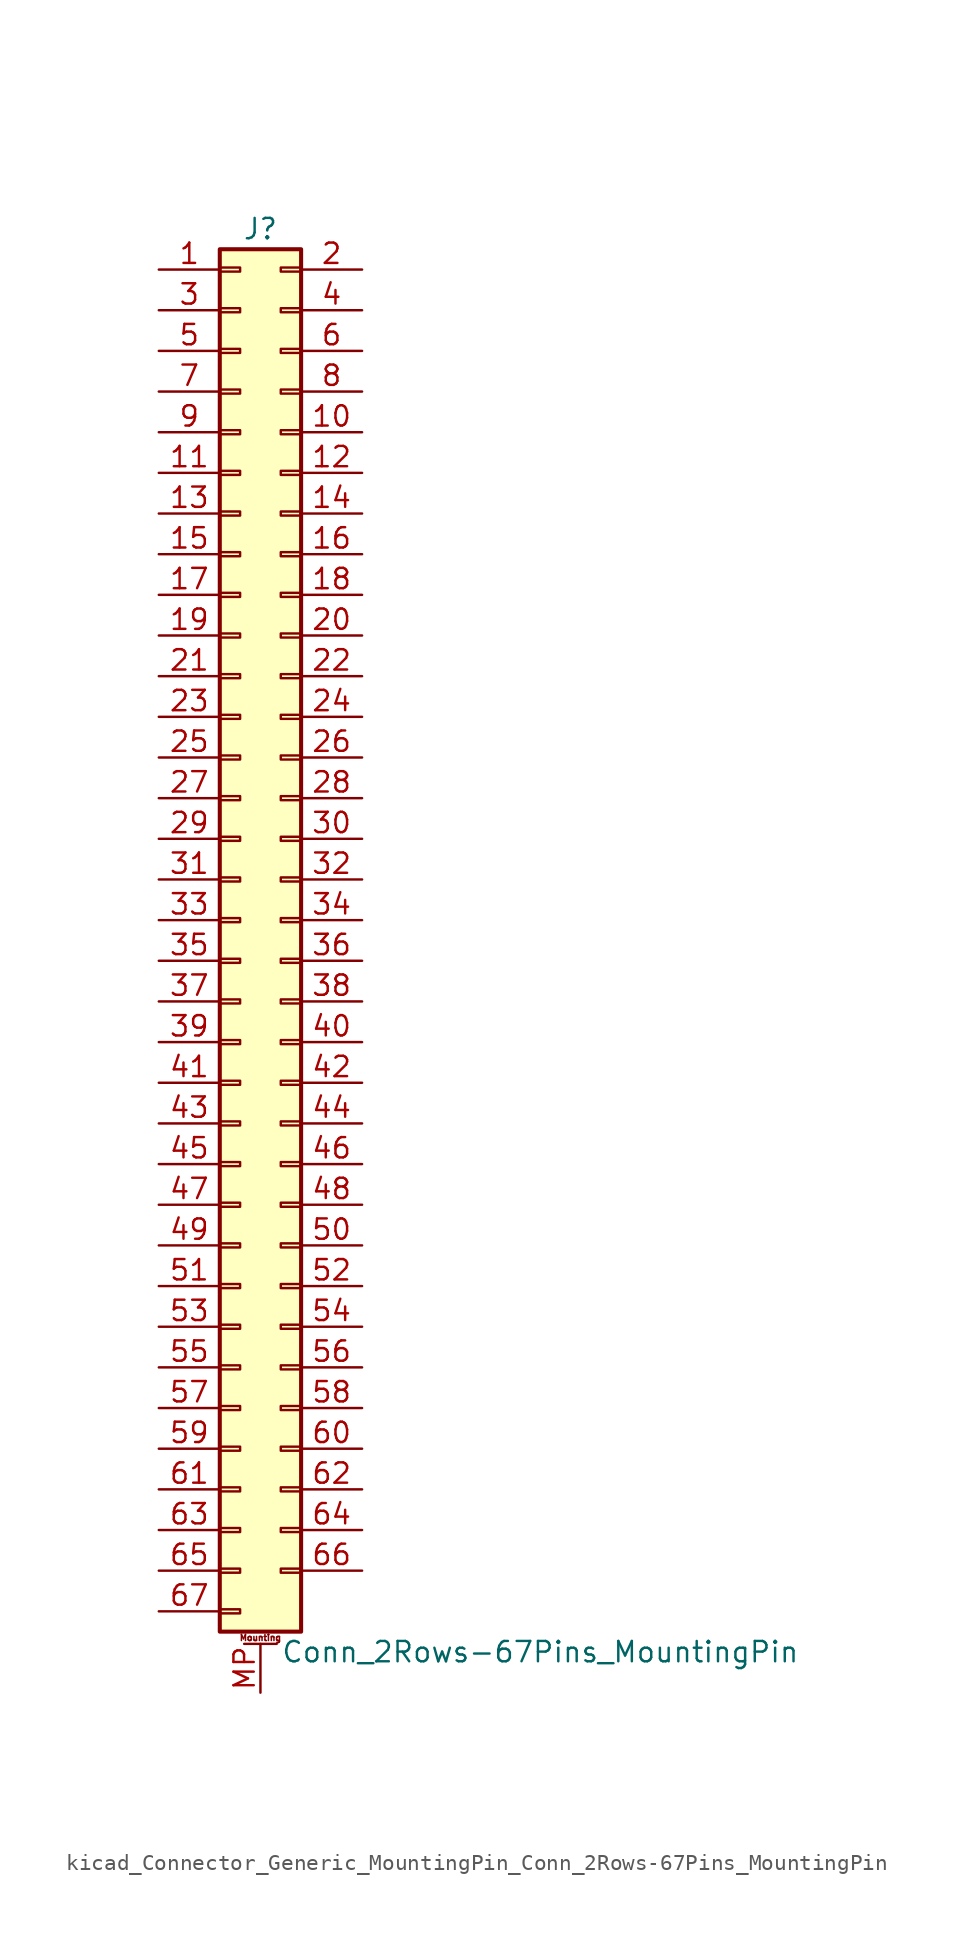
<source format=kicad_sym>
(kicad_symbol_lib
  (version 20220914)
  (generator kicad_symbol_editor)
  (symbol "kicad_Connector_Generic_MountingPin_Conn_2Rows-67Pins_MountingPin"
    (pin_names
      (offset 1.016) hide)
    (property "Reference" "J"
      (at 1.27 43.18 0)
      (effects (font (size 1.27 1.27))))
    (property "Value" "Conn_2Rows-67Pins_MountingPin"
      (at 2.54 -45.72 0)
      (effects (font (size 1.27 1.27)) (justify left)))
    (symbol "kicad_Connector_Generic_MountingPin_Conn_2Rows-67Pins_MountingPin_1_1"
      (rectangle (start -1.27 -43.053) (end 0 -43.307) (stroke (width 0.152) (type default)) (fill (type none)))
      (rectangle (start -1.27 -40.513) (end 0 -40.767) (stroke (width 0.152) (type default)) (fill (type none)))
      (rectangle (start -1.27 -37.973) (end 0 -38.227) (stroke (width 0.152) (type default)) (fill (type none)))
      (rectangle (start -1.27 -35.433) (end 0 -35.687) (stroke (width 0.152) (type default)) (fill (type none)))
      (rectangle (start -1.27 -32.893) (end 0 -33.147) (stroke (width 0.152) (type default)) (fill (type none)))
      (rectangle (start -1.27 -30.353) (end 0 -30.607) (stroke (width 0.152) (type default)) (fill (type none)))
      (rectangle (start -1.27 -27.813) (end 0 -28.067) (stroke (width 0.152) (type default)) (fill (type none)))
      (rectangle (start -1.27 -25.273) (end 0 -25.527) (stroke (width 0.152) (type default)) (fill (type none)))
      (rectangle (start -1.27 -22.733) (end 0 -22.987) (stroke (width 0.152) (type default)) (fill (type none)))
      (rectangle (start -1.27 -20.193) (end 0 -20.447) (stroke (width 0.152) (type default)) (fill (type none)))
      (rectangle (start -1.27 -17.653) (end 0 -17.907) (stroke (width 0.152) (type default)) (fill (type none)))
      (rectangle (start -1.27 -15.113) (end 0 -15.367) (stroke (width 0.152) (type default)) (fill (type none)))
      (rectangle (start -1.27 -12.573) (end 0 -12.827) (stroke (width 0.152) (type default)) (fill (type none)))
      (rectangle (start -1.27 -10.033) (end 0 -10.287) (stroke (width 0.152) (type default)) (fill (type none)))
      (rectangle (start -1.27 -7.493) (end 0 -7.747) (stroke (width 0.152) (type default)) (fill (type none)))
      (rectangle (start -1.27 -4.953) (end 0 -5.207) (stroke (width 0.152) (type default)) (fill (type none)))
      (rectangle (start -1.27 -2.413) (end 0 -2.667) (stroke (width 0.152) (type default)) (fill (type none)))
      (rectangle (start -1.27 0.127) (end 0 -0.127) (stroke (width 0.152) (type default)) (fill (type none)))
      (rectangle (start -1.27 2.667) (end 0 2.413) (stroke (width 0.152) (type default)) (fill (type none)))
      (rectangle (start -1.27 5.207) (end 0 4.953) (stroke (width 0.152) (type default)) (fill (type none)))
      (rectangle (start -1.27 7.747) (end 0 7.493) (stroke (width 0.152) (type default)) (fill (type none)))
      (rectangle (start -1.27 10.287) (end 0 10.033) (stroke (width 0.152) (type default)) (fill (type none)))
      (rectangle (start -1.27 12.827) (end 0 12.573) (stroke (width 0.152) (type default)) (fill (type none)))
      (rectangle (start -1.27 15.367) (end 0 15.113) (stroke (width 0.152) (type default)) (fill (type none)))
      (rectangle (start -1.27 17.907) (end 0 17.653) (stroke (width 0.152) (type default)) (fill (type none)))
      (rectangle (start -1.27 20.447) (end 0 20.193) (stroke (width 0.152) (type default)) (fill (type none)))
      (rectangle (start -1.27 22.987) (end 0 22.733) (stroke (width 0.152) (type default)) (fill (type none)))
      (rectangle (start -1.27 25.527) (end 0 25.273) (stroke (width 0.152) (type default)) (fill (type none)))
      (rectangle (start -1.27 28.067) (end 0 27.813) (stroke (width 0.152) (type default)) (fill (type none)))
      (rectangle (start -1.27 30.607) (end 0 30.353) (stroke (width 0.152) (type default)) (fill (type none)))
      (rectangle (start -1.27 33.147) (end 0 32.893) (stroke (width 0.152) (type default)) (fill (type none)))
      (rectangle (start -1.27 35.687) (end 0 35.433) (stroke (width 0.152) (type default)) (fill (type none)))
      (rectangle (start -1.27 38.227) (end 0 37.973) (stroke (width 0.152) (type default)) (fill (type none)))
      (rectangle (start -1.27 40.767) (end 0 40.513) (stroke (width 0.152) (type default)) (fill (type none)))
      (rectangle (start -1.27 41.91) (end 3.81 -44.45) (stroke (width 0.254) (type default)) (fill (type background)))
      (polyline (pts (xy 0.254 -45.212) (xy 2.286 -45.212)) (stroke (width 0.152) (type default)) (fill (type none)))
      (rectangle (start 3.81 -40.513) (end 2.54 -40.767) (stroke (width 0.152) (type default)) (fill (type none)))
      (rectangle (start 3.81 -37.973) (end 2.54 -38.227) (stroke (width 0.152) (type default)) (fill (type none)))
      (rectangle (start 3.81 -35.433) (end 2.54 -35.687) (stroke (width 0.152) (type default)) (fill (type none)))
      (rectangle (start 3.81 -32.893) (end 2.54 -33.147) (stroke (width 0.152) (type default)) (fill (type none)))
      (rectangle (start 3.81 -30.353) (end 2.54 -30.607) (stroke (width 0.152) (type default)) (fill (type none)))
      (rectangle (start 3.81 -27.813) (end 2.54 -28.067) (stroke (width 0.152) (type default)) (fill (type none)))
      (rectangle (start 3.81 -25.273) (end 2.54 -25.527) (stroke (width 0.152) (type default)) (fill (type none)))
      (rectangle (start 3.81 -22.733) (end 2.54 -22.987) (stroke (width 0.152) (type default)) (fill (type none)))
      (rectangle (start 3.81 -20.193) (end 2.54 -20.447) (stroke (width 0.152) (type default)) (fill (type none)))
      (rectangle (start 3.81 -17.653) (end 2.54 -17.907) (stroke (width 0.152) (type default)) (fill (type none)))
      (rectangle (start 3.81 -15.113) (end 2.54 -15.367) (stroke (width 0.152) (type default)) (fill (type none)))
      (rectangle (start 3.81 -12.573) (end 2.54 -12.827) (stroke (width 0.152) (type default)) (fill (type none)))
      (rectangle (start 3.81 -10.033) (end 2.54 -10.287) (stroke (width 0.152) (type default)) (fill (type none)))
      (rectangle (start 3.81 -7.493) (end 2.54 -7.747) (stroke (width 0.152) (type default)) (fill (type none)))
      (rectangle (start 3.81 -4.953) (end 2.54 -5.207) (stroke (width 0.152) (type default)) (fill (type none)))
      (rectangle (start 3.81 -2.413) (end 2.54 -2.667) (stroke (width 0.152) (type default)) (fill (type none)))
      (rectangle (start 3.81 0.127) (end 2.54 -0.127) (stroke (width 0.152) (type default)) (fill (type none)))
      (rectangle (start 3.81 2.667) (end 2.54 2.413) (stroke (width 0.152) (type default)) (fill (type none)))
      (rectangle (start 3.81 5.207) (end 2.54 4.953) (stroke (width 0.152) (type default)) (fill (type none)))
      (rectangle (start 3.81 7.747) (end 2.54 7.493) (stroke (width 0.152) (type default)) (fill (type none)))
      (rectangle (start 3.81 10.287) (end 2.54 10.033) (stroke (width 0.152) (type default)) (fill (type none)))
      (rectangle (start 3.81 12.827) (end 2.54 12.573) (stroke (width 0.152) (type default)) (fill (type none)))
      (rectangle (start 3.81 15.367) (end 2.54 15.113) (stroke (width 0.152) (type default)) (fill (type none)))
      (rectangle (start 3.81 17.907) (end 2.54 17.653) (stroke (width 0.152) (type default)) (fill (type none)))
      (rectangle (start 3.81 20.447) (end 2.54 20.193) (stroke (width 0.152) (type default)) (fill (type none)))
      (rectangle (start 3.81 22.987) (end 2.54 22.733) (stroke (width 0.152) (type default)) (fill (type none)))
      (rectangle (start 3.81 25.527) (end 2.54 25.273) (stroke (width 0.152) (type default)) (fill (type none)))
      (rectangle (start 3.81 28.067) (end 2.54 27.813) (stroke (width 0.152) (type default)) (fill (type none)))
      (rectangle (start 3.81 30.607) (end 2.54 30.353) (stroke (width 0.152) (type default)) (fill (type none)))
      (rectangle (start 3.81 33.147) (end 2.54 32.893) (stroke (width 0.152) (type default)) (fill (type none)))
      (rectangle (start 3.81 35.687) (end 2.54 35.433) (stroke (width 0.152) (type default)) (fill (type none)))
      (rectangle (start 3.81 38.227) (end 2.54 37.973) (stroke (width 0.152) (type default)) (fill (type none)))
      (rectangle (start 3.81 40.767) (end 2.54 40.513) (stroke (width 0.152) (type default)) (fill (type none)))
      (text "Mounting" (at 1.27 -44.831 0) (effects (font (size 0.381 0.381))))
      (pin passive line (at -5.08 40.64 0) (length 3.81) (name "Pin_1" (effects (font (size 1.27 1.27)))) (number "1" (effects (font (size 1.27 1.27)))))
      (pin passive line (at 7.62 30.48 180) (length 3.81) (name "Pin_10" (effects (font (size 1.27 1.27)))) (number "10" (effects (font (size 1.27 1.27)))))
      (pin passive line (at -5.08 27.94 0) (length 3.81) (name "Pin_11" (effects (font (size 1.27 1.27)))) (number "11" (effects (font (size 1.27 1.27)))))
      (pin passive line (at 7.62 27.94 180) (length 3.81) (name "Pin_12" (effects (font (size 1.27 1.27)))) (number "12" (effects (font (size 1.27 1.27)))))
      (pin passive line (at -5.08 25.4 0) (length 3.81) (name "Pin_13" (effects (font (size 1.27 1.27)))) (number "13" (effects (font (size 1.27 1.27)))))
      (pin passive line (at 7.62 25.4 180) (length 3.81) (name "Pin_14" (effects (font (size 1.27 1.27)))) (number "14" (effects (font (size 1.27 1.27)))))
      (pin passive line (at -5.08 22.86 0) (length 3.81) (name "Pin_15" (effects (font (size 1.27 1.27)))) (number "15" (effects (font (size 1.27 1.27)))))
      (pin passive line (at 7.62 22.86 180) (length 3.81) (name "Pin_16" (effects (font (size 1.27 1.27)))) (number "16" (effects (font (size 1.27 1.27)))))
      (pin passive line (at -5.08 20.32 0) (length 3.81) (name "Pin_17" (effects (font (size 1.27 1.27)))) (number "17" (effects (font (size 1.27 1.27)))))
      (pin passive line (at 7.62 20.32 180) (length 3.81) (name "Pin_18" (effects (font (size 1.27 1.27)))) (number "18" (effects (font (size 1.27 1.27)))))
      (pin passive line (at -5.08 17.78 0) (length 3.81) (name "Pin_19" (effects (font (size 1.27 1.27)))) (number "19" (effects (font (size 1.27 1.27)))))
      (pin passive line (at 7.62 40.64 180) (length 3.81) (name "Pin_2" (effects (font (size 1.27 1.27)))) (number "2" (effects (font (size 1.27 1.27)))))
      (pin passive line (at 7.62 17.78 180) (length 3.81) (name "Pin_20" (effects (font (size 1.27 1.27)))) (number "20" (effects (font (size 1.27 1.27)))))
      (pin passive line (at -5.08 15.24 0) (length 3.81) (name "Pin_21" (effects (font (size 1.27 1.27)))) (number "21" (effects (font (size 1.27 1.27)))))
      (pin passive line (at 7.62 15.24 180) (length 3.81) (name "Pin_22" (effects (font (size 1.27 1.27)))) (number "22" (effects (font (size 1.27 1.27)))))
      (pin passive line (at -5.08 12.7 0) (length 3.81) (name "Pin_23" (effects (font (size 1.27 1.27)))) (number "23" (effects (font (size 1.27 1.27)))))
      (pin passive line (at 7.62 12.7 180) (length 3.81) (name "Pin_24" (effects (font (size 1.27 1.27)))) (number "24" (effects (font (size 1.27 1.27)))))
      (pin passive line (at -5.08 10.16 0) (length 3.81) (name "Pin_25" (effects (font (size 1.27 1.27)))) (number "25" (effects (font (size 1.27 1.27)))))
      (pin passive line (at 7.62 10.16 180) (length 3.81) (name "Pin_26" (effects (font (size 1.27 1.27)))) (number "26" (effects (font (size 1.27 1.27)))))
      (pin passive line (at -5.08 7.62 0) (length 3.81) (name "Pin_27" (effects (font (size 1.27 1.27)))) (number "27" (effects (font (size 1.27 1.27)))))
      (pin passive line (at 7.62 7.62 180) (length 3.81) (name "Pin_28" (effects (font (size 1.27 1.27)))) (number "28" (effects (font (size 1.27 1.27)))))
      (pin passive line (at -5.08 5.08 0) (length 3.81) (name "Pin_29" (effects (font (size 1.27 1.27)))) (number "29" (effects (font (size 1.27 1.27)))))
      (pin passive line (at -5.08 38.1 0) (length 3.81) (name "Pin_3" (effects (font (size 1.27 1.27)))) (number "3" (effects (font (size 1.27 1.27)))))
      (pin passive line (at 7.62 5.08 180) (length 3.81) (name "Pin_30" (effects (font (size 1.27 1.27)))) (number "30" (effects (font (size 1.27 1.27)))))
      (pin passive line (at -5.08 2.54 0) (length 3.81) (name "Pin_31" (effects (font (size 1.27 1.27)))) (number "31" (effects (font (size 1.27 1.27)))))
      (pin passive line (at 7.62 2.54 180) (length 3.81) (name "Pin_32" (effects (font (size 1.27 1.27)))) (number "32" (effects (font (size 1.27 1.27)))))
      (pin passive line (at -5.08 0 0) (length 3.81) (name "Pin_33" (effects (font (size 1.27 1.27)))) (number "33" (effects (font (size 1.27 1.27)))))
      (pin passive line (at 7.62 0 180) (length 3.81) (name "Pin_34" (effects (font (size 1.27 1.27)))) (number "34" (effects (font (size 1.27 1.27)))))
      (pin passive line (at -5.08 -2.54 0) (length 3.81) (name "Pin_35" (effects (font (size 1.27 1.27)))) (number "35" (effects (font (size 1.27 1.27)))))
      (pin passive line (at 7.62 -2.54 180) (length 3.81) (name "Pin_36" (effects (font (size 1.27 1.27)))) (number "36" (effects (font (size 1.27 1.27)))))
      (pin passive line (at -5.08 -5.08 0) (length 3.81) (name "Pin_37" (effects (font (size 1.27 1.27)))) (number "37" (effects (font (size 1.27 1.27)))))
      (pin passive line (at 7.62 -5.08 180) (length 3.81) (name "Pin_38" (effects (font (size 1.27 1.27)))) (number "38" (effects (font (size 1.27 1.27)))))
      (pin passive line (at -5.08 -7.62 0) (length 3.81) (name "Pin_39" (effects (font (size 1.27 1.27)))) (number "39" (effects (font (size 1.27 1.27)))))
      (pin passive line (at 7.62 38.1 180) (length 3.81) (name "Pin_4" (effects (font (size 1.27 1.27)))) (number "4" (effects (font (size 1.27 1.27)))))
      (pin passive line (at 7.62 -7.62 180) (length 3.81) (name "Pin_40" (effects (font (size 1.27 1.27)))) (number "40" (effects (font (size 1.27 1.27)))))
      (pin passive line (at -5.08 -10.16 0) (length 3.81) (name "Pin_41" (effects (font (size 1.27 1.27)))) (number "41" (effects (font (size 1.27 1.27)))))
      (pin passive line (at 7.62 -10.16 180) (length 3.81) (name "Pin_42" (effects (font (size 1.27 1.27)))) (number "42" (effects (font (size 1.27 1.27)))))
      (pin passive line (at -5.08 -12.7 0) (length 3.81) (name "Pin_43" (effects (font (size 1.27 1.27)))) (number "43" (effects (font (size 1.27 1.27)))))
      (pin passive line (at 7.62 -12.7 180) (length 3.81) (name "Pin_44" (effects (font (size 1.27 1.27)))) (number "44" (effects (font (size 1.27 1.27)))))
      (pin passive line (at -5.08 -15.24 0) (length 3.81) (name "Pin_45" (effects (font (size 1.27 1.27)))) (number "45" (effects (font (size 1.27 1.27)))))
      (pin passive line (at 7.62 -15.24 180) (length 3.81) (name "Pin_46" (effects (font (size 1.27 1.27)))) (number "46" (effects (font (size 1.27 1.27)))))
      (pin passive line (at -5.08 -17.78 0) (length 3.81) (name "Pin_47" (effects (font (size 1.27 1.27)))) (number "47" (effects (font (size 1.27 1.27)))))
      (pin passive line (at 7.62 -17.78 180) (length 3.81) (name "Pin_48" (effects (font (size 1.27 1.27)))) (number "48" (effects (font (size 1.27 1.27)))))
      (pin passive line (at -5.08 -20.32 0) (length 3.81) (name "Pin_49" (effects (font (size 1.27 1.27)))) (number "49" (effects (font (size 1.27 1.27)))))
      (pin passive line (at -5.08 35.56 0) (length 3.81) (name "Pin_5" (effects (font (size 1.27 1.27)))) (number "5" (effects (font (size 1.27 1.27)))))
      (pin passive line (at 7.62 -20.32 180) (length 3.81) (name "Pin_50" (effects (font (size 1.27 1.27)))) (number "50" (effects (font (size 1.27 1.27)))))
      (pin passive line (at -5.08 -22.86 0) (length 3.81) (name "Pin_51" (effects (font (size 1.27 1.27)))) (number "51" (effects (font (size 1.27 1.27)))))
      (pin passive line (at 7.62 -22.86 180) (length 3.81) (name "Pin_52" (effects (font (size 1.27 1.27)))) (number "52" (effects (font (size 1.27 1.27)))))
      (pin passive line (at -5.08 -25.4 0) (length 3.81) (name "Pin_53" (effects (font (size 1.27 1.27)))) (number "53" (effects (font (size 1.27 1.27)))))
      (pin passive line (at 7.62 -25.4 180) (length 3.81) (name "Pin_54" (effects (font (size 1.27 1.27)))) (number "54" (effects (font (size 1.27 1.27)))))
      (pin passive line (at -5.08 -27.94 0) (length 3.81) (name "Pin_55" (effects (font (size 1.27 1.27)))) (number "55" (effects (font (size 1.27 1.27)))))
      (pin passive line (at 7.62 -27.94 180) (length 3.81) (name "Pin_56" (effects (font (size 1.27 1.27)))) (number "56" (effects (font (size 1.27 1.27)))))
      (pin passive line (at -5.08 -30.48 0) (length 3.81) (name "Pin_57" (effects (font (size 1.27 1.27)))) (number "57" (effects (font (size 1.27 1.27)))))
      (pin passive line (at 7.62 -30.48 180) (length 3.81) (name "Pin_58" (effects (font (size 1.27 1.27)))) (number "58" (effects (font (size 1.27 1.27)))))
      (pin passive line (at -5.08 -33.02 0) (length 3.81) (name "Pin_59" (effects (font (size 1.27 1.27)))) (number "59" (effects (font (size 1.27 1.27)))))
      (pin passive line (at 7.62 35.56 180) (length 3.81) (name "Pin_6" (effects (font (size 1.27 1.27)))) (number "6" (effects (font (size 1.27 1.27)))))
      (pin passive line (at 7.62 -33.02 180) (length 3.81) (name "Pin_60" (effects (font (size 1.27 1.27)))) (number "60" (effects (font (size 1.27 1.27)))))
      (pin passive line (at -5.08 -35.56 0) (length 3.81) (name "Pin_61" (effects (font (size 1.27 1.27)))) (number "61" (effects (font (size 1.27 1.27)))))
      (pin passive line (at 7.62 -35.56 180) (length 3.81) (name "Pin_62" (effects (font (size 1.27 1.27)))) (number "62" (effects (font (size 1.27 1.27)))))
      (pin passive line (at -5.08 -38.1 0) (length 3.81) (name "Pin_63" (effects (font (size 1.27 1.27)))) (number "63" (effects (font (size 1.27 1.27)))))
      (pin passive line (at 7.62 -38.1 180) (length 3.81) (name "Pin_64" (effects (font (size 1.27 1.27)))) (number "64" (effects (font (size 1.27 1.27)))))
      (pin passive line (at -5.08 -40.64 0) (length 3.81) (name "Pin_65" (effects (font (size 1.27 1.27)))) (number "65" (effects (font (size 1.27 1.27)))))
      (pin passive line (at 7.62 -40.64 180) (length 3.81) (name "Pin_66" (effects (font (size 1.27 1.27)))) (number "66" (effects (font (size 1.27 1.27)))))
      (pin passive line (at -5.08 -43.18 0) (length 3.81) (name "Pin_67" (effects (font (size 1.27 1.27)))) (number "67" (effects (font (size 1.27 1.27)))))
      (pin passive line (at -5.08 33.02 0) (length 3.81) (name "Pin_7" (effects (font (size 1.27 1.27)))) (number "7" (effects (font (size 1.27 1.27)))))
      (pin passive line (at 7.62 33.02 180) (length 3.81) (name "Pin_8" (effects (font (size 1.27 1.27)))) (number "8" (effects (font (size 1.27 1.27)))))
      (pin passive line (at -5.08 30.48 0) (length 3.81) (name "Pin_9" (effects (font (size 1.27 1.27)))) (number "9" (effects (font (size 1.27 1.27)))))
      (pin passive line (at 1.27 -48.26 90) (length 3.048) (name "MountPin" (effects (font (size 1.27 1.27)))) (number "MP" (effects (font (size 1.27 1.27))))))))
</source>
